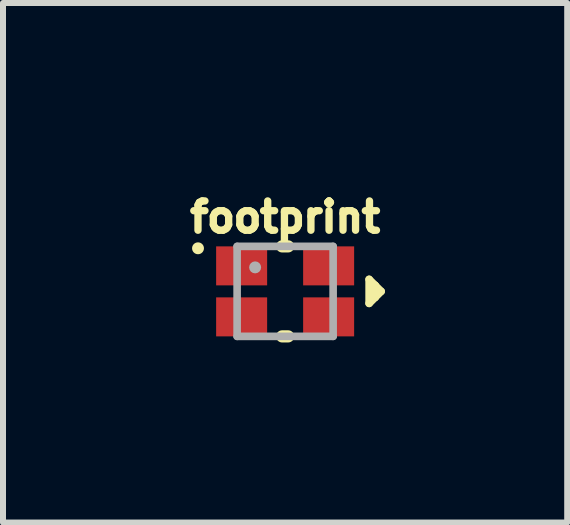
<source format=kicad_pcb>
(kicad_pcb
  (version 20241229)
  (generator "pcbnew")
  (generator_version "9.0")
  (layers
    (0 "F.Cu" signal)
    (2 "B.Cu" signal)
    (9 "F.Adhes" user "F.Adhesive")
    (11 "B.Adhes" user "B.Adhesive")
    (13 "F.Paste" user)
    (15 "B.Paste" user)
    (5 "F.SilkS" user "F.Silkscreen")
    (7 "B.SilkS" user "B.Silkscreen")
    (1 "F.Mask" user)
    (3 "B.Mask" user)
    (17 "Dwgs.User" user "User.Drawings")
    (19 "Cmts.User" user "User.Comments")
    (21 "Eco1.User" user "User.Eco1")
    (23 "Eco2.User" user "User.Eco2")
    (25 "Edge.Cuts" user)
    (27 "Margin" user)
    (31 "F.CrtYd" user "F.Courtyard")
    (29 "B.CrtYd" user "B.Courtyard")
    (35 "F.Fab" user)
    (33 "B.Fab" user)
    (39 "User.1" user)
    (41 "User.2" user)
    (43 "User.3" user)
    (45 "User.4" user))
  (footprint "footprint"
    (layer "F.Cu")
    (at 1.702 1.806)
    (property "Reference" "footprint" (at 0 -0.953 0) (layer "F.SilkS") (effects (font (size 0.488 0.488) (thickness 0.122)) (justify bottom)))
    (fp_line (start -0.05 -0.75) (end 0.05 -0.75) (stroke (width 0.203) (type solid)) (layer "F.SilkS"))
    (fp_line (start -0.05 0.75) (end 0.05 0.75) (stroke (width 0.203) (type solid)) (layer "F.SilkS"))
    (fp_line (start 1.4 0.2) (end 1.4 -0.2) (stroke (width 0.127) (type solid)) (layer "F.SilkS"))
    (fp_line (start 1.4 0.2) (end 1.5 0.1) (stroke (width 0.127) (type solid)) (layer "F.SilkS"))
    (fp_line (start 1.5 -0.1) (end 1.4 -0.2) (stroke (width 0.127) (type solid)) (layer "F.SilkS"))
    (fp_line (start 1.5 0.1) (end 1.5 -0.1) (stroke (width 0.127) (type solid)) (layer "F.SilkS"))
    (fp_line (start 1.5 0.1) (end 1.6 0) (stroke (width 0.127) (type solid)) (layer "F.SilkS"))
    (fp_line (start 1.6 0) (end 1.5 -0.1) (stroke (width 0.127) (type solid)) (layer "F.SilkS"))
    (fp_circle (center -1.452 -0.718) (end -1.403 -0.718) (stroke (width 0.1) (type solid)) (fill yes) (layer "F.SilkS"))
    (fp_line (start -0.8 -0.75) (end 0.8 -0.75) (stroke (width 0.127) (type solid)) (layer "F.Fab"))
    (fp_line (start -0.8 0.75) (end -0.8 -0.75) (stroke (width 0.127) (type solid)) (layer "F.Fab"))
    (fp_line (start 0.8 -0.75) (end 0.8 0.75) (stroke (width 0.127) (type solid)) (layer "F.Fab"))
    (fp_line (start 0.8 0.75) (end -0.8 0.75) (stroke (width 0.127) (type solid)) (layer "F.Fab"))
    (fp_circle (center -0.5 -0.4) (end -0.45 -0.4) (stroke (width 0.1) (type solid)) (fill no) (layer "F.Fab"))
    (pad "P$1" smd rect (at -0.725 -0.425 90) (size 0.65 0.85) (layers "F.Cu" "F.Mask" "F.Paste"))
    (pad "P$2" smd rect (at -0.725 0.425 90) (size 0.65 0.85) (layers "F.Cu" "F.Mask" "F.Paste"))
    (pad "P$3" smd rect (at 0.725 -0.425 90) (size 0.65 0.85) (layers "F.Cu" "F.Mask" "F.Paste"))
    (pad "P$4" smd rect (at 0.725 0.425 90) (size 0.65 0.85) (layers "F.Cu" "F.Mask" "F.Paste")))
  (gr_rect
    (start -3 -3)
    (end 6.403 5.658)
    (stroke (width 0.1) (type default))
    (fill no)
    (layer "Edge.Cuts")))
</source>
